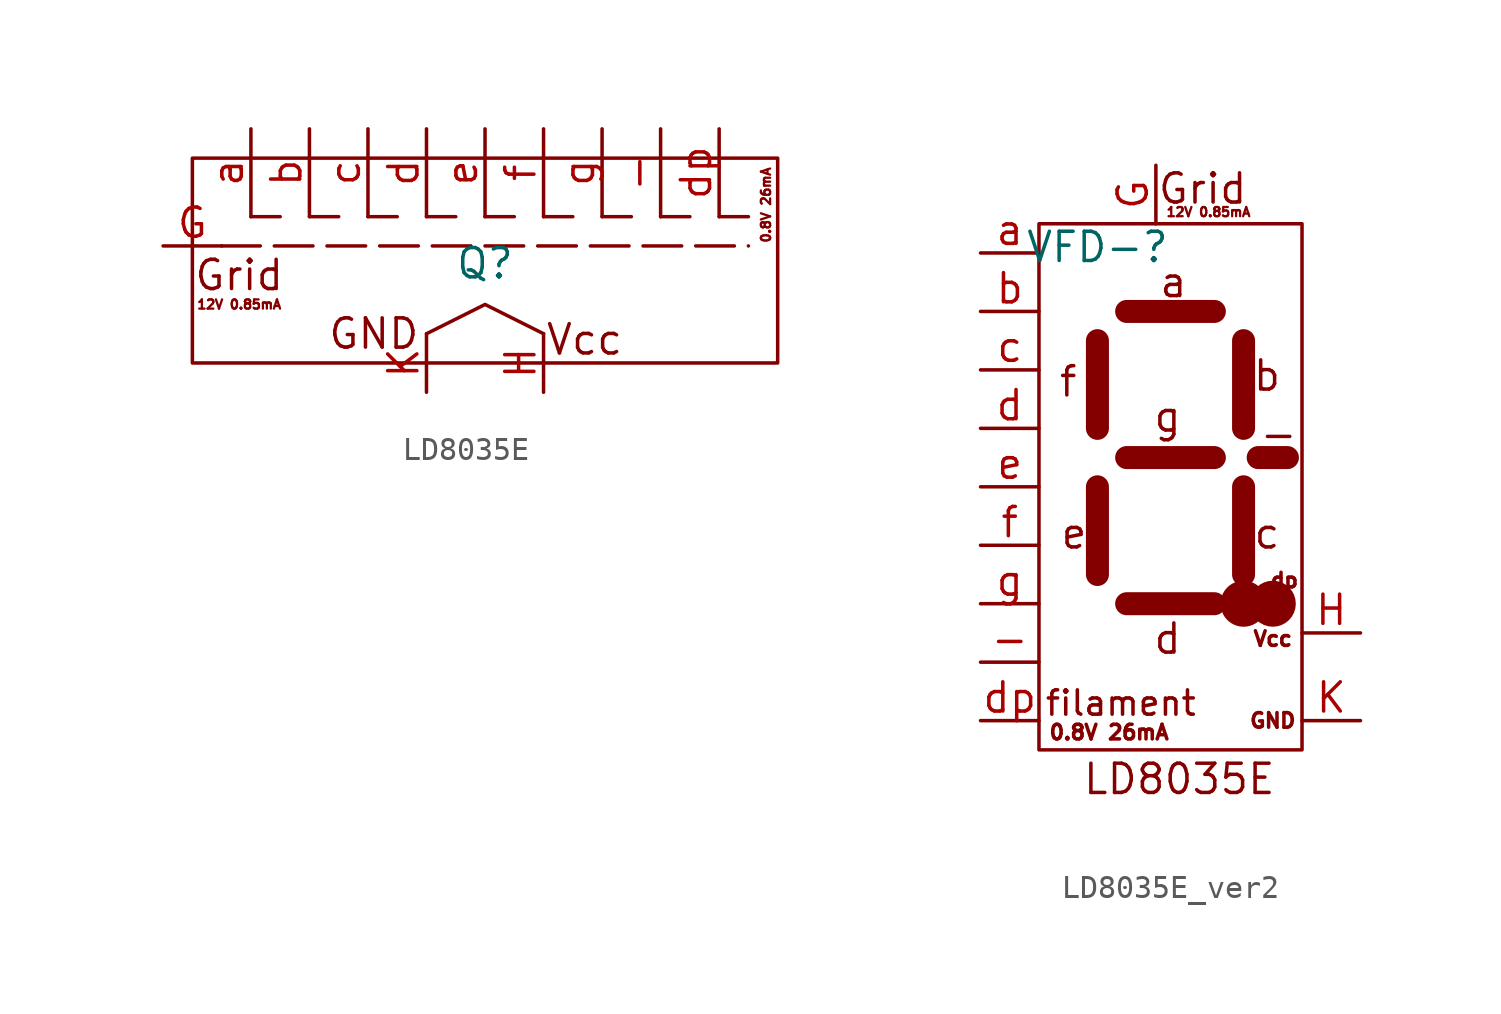
<source format=kicad_sym>
(kicad_symbol_lib
  (version 20241209)
  (generator "kicad_symbol_editor")
  (generator_version "9.0")
  (symbol "LD8035E"
    (property "Reference" "Q"
      (at 0 4.318 0)
      (do_not_autoplace)
      (effects (font (size 1.27 1.27))))
    (property "Value" ""
      (at 0 0 0)
      (effects (font (size 1.27 1.27))))
    (symbol "LD8035E_0_1"
      (rectangle (start -12.7 8.89) (end 12.7 0) (stroke (width 0) (type default)) (fill (type none)))
      (polyline (pts (xy -11.43 5.08) (xy 11.43 5.08)) (stroke (width 0) (type dash)) (fill (type none)))
      (polyline (pts (xy -10.16 6.35) (xy -8.89 6.35)) (stroke (width 0) (type solid)) (fill (type none)))
      (polyline (pts (xy -7.62 6.35) (xy -6.35 6.35)) (stroke (width 0) (type solid)) (fill (type none)))
      (polyline (pts (xy -5.08 6.35) (xy -3.81 6.35)) (stroke (width 0) (type solid)) (fill (type none)))
      (polyline (pts (xy -2.54 6.35) (xy -1.27 6.35)) (stroke (width 0) (type solid)) (fill (type none)))
      (polyline (pts (xy -2.54 1.27) (xy 0 2.54) (xy 2.54 1.27)) (stroke (width 0) (type default)) (fill (type none)))
      (polyline (pts (xy 0 6.35) (xy 1.27 6.35)) (stroke (width 0) (type solid)) (fill (type none)))
      (polyline (pts (xy 2.54 6.35) (xy 3.81 6.35)) (stroke (width 0) (type solid)) (fill (type none)))
      (polyline (pts (xy 5.08 6.35) (xy 6.35 6.35)) (stroke (width 0) (type solid)) (fill (type none)))
      (polyline (pts (xy 7.62 6.35) (xy 8.89 6.35)) (stroke (width 0) (type solid)) (fill (type none)))
      (polyline (pts (xy 10.16 6.35) (xy 11.43 6.35)) (stroke (width 0) (type solid)) (fill (type none))))
    (symbol "LD8035E_1_1"
      (text "Grid" (at -10.668 3.81 0) (effects (font (size 1.27 1.27))))
      (text "12V 0.85mA" (at -10.668 2.54 0) (effects (font (size 0.4 0.4))))
      (text "GND" (at -4.826 1.27 0) (effects (font (size 1.27 1.27))))
      (text "Vcc" (at 4.318 1.016 0) (effects (font (size 1.27 1.27))))
      (text "0.8V 26mA" (at 12.192 6.858 900) (effects (font (size 0.4 0.4))))
      (pin input line (at -13.97 5.08 0) (length 2.54) (name "" (effects (font (size 1.27 1.27)))) (number "G" (effects (font (size 1.27 1.27)))))
      (pin input line (at -10.16 10.16 270) (length 3.81) (name "" (effects (font (size 1.27 1.27)))) (number "a" (effects (font (size 1.27 1.27)))))
      (pin input line (at -7.62 10.16 270) (length 3.81) (name "" (effects (font (size 1.27 1.27)))) (number "b" (effects (font (size 1.27 1.27)))))
      (pin input line (at -5.08 10.16 270) (length 3.81) (name "" (effects (font (size 1.27 1.27)))) (number "c" (effects (font (size 1.27 1.27)))))
      (pin input line (at -2.54 10.16 270) (length 3.81) (name "" (effects (font (size 1.27 1.27)))) (number "d" (effects (font (size 1.27 1.27)))))
      (pin input line (at -2.54 -1.27 90) (length 2.54) (name "" (effects (font (size 1.27 1.27)))) (number "K" (effects (font (size 1.27 1.27)))))
      (pin input line (at 0 10.16 270) (length 3.81) (name "" (effects (font (size 1.27 1.27)))) (number "e" (effects (font (size 1.27 1.27)))))
      (pin input line (at 2.54 10.16 270) (length 3.81) (name "" (effects (font (size 1.27 1.27)))) (number "f" (effects (font (size 1.27 1.27)))))
      (pin input line (at 2.54 -1.27 90) (length 2.54) (name "" (effects (font (size 1.27 1.27)))) (number "H" (effects (font (size 1.27 1.27)))))
      (pin input line (at 5.08 10.16 270) (length 3.81) (name "" (effects (font (size 1.27 1.27)))) (number "g" (effects (font (size 1.27 1.27)))))
      (pin input line (at 7.62 10.16 270) (length 3.81) (name "" (effects (font (size 1.27 1.27)))) (number "-" (effects (font (size 1.27 1.27)))))
      (pin input line (at 10.16 10.16 270) (length 3.81) (name "" (effects (font (size 1.27 1.27)))) (number "dp" (effects (font (size 1.27 1.27)))))))
  (symbol "LD8035E_ver2"
    (property "Reference" "VFD-"
      (at -3.81 10.414 0)
      (do_not_autoplace)
      (effects (font (size 1.27 1.27))))
    (property "Value" ""
      (at 0 0 0)
      (effects (font (size 1.27 1.27))))
    (symbol "LD8035E_ver2_0_1"
      (rectangle (start -6.35 11.43) (end 5.08 -11.43) (stroke (width 0) (type default)) (fill (type none)))
      (polyline (pts (xy -2.54 1.27) (xy 1.27 1.27)) (stroke (width 1) (type default)) (fill (type none)))
      (polyline (pts (xy 1.27 -5.08) (xy -2.54 -5.08)) (stroke (width 1) (type default)) (fill (type none))))
    (symbol "LD8035E_ver2_1_1"
      (polyline (pts (xy -3.81 6.35) (xy -3.81 2.54)) (stroke (width 1) (type solid)) (fill (type none)))
      (polyline (pts (xy -3.81 -3.81) (xy -3.81 0)) (stroke (width 1) (type solid)) (fill (type none)))
      (polyline (pts (xy 1.27 7.62) (xy -2.54 7.62)) (stroke (width 1) (type solid)) (fill (type none)))
      (polyline (pts (xy 2.54 2.54) (xy 2.54 6.35)) (stroke (width 1) (type solid)) (fill (type none)))
      (polyline (pts (xy 2.54 0) (xy 2.54 -3.81)) (stroke (width 1) (type solid)) (fill (type none)))
      (polyline (pts (xy 2.54 -5.08) (xy 2.54 -5.08)) (stroke (width 2) (type solid)) (fill (type none)))
      (polyline (pts (xy 3.175 1.27) (xy 4.445 1.27)) (stroke (width 1) (type solid)) (fill (type none)))
      (circle (center 3.81 -5.08) (radius 0.0001) (stroke (width 1) (type solid)) (fill (type none)))
      (text "f" (at -5.08 4.572 0) (effects (font (size 1.27 1.27))))
      (text "e" (at -4.826 -2.032 0) (effects (font (size 1.27 1.27))))
      (text "0.8V 26mA" (at -3.302 -10.668 0) (effects (font (size 0.635 0.635))))
      (text "filament" (at -2.794 -9.398 0) (effects (font (size 1.058 1.058))))
      (text "g" (at -0.762 3.048 0) (effects (font (size 1.27 1.27))))
      (text "d" (at -0.762 -6.604 0) (effects (font (size 1.27 1.27))))
      (text "a" (at -0.508 8.89 0) (effects (font (size 1.27 1.27))))
      (text "LD8035E" (at -0.254 -12.7 0) (effects (font (size 1.27 1.27))))
      (text "Grid" (at 0.762 12.954 0) (effects (font (size 1.27 1.27))))
      (text "12V 0.85mA" (at 1.016 11.938 0) (effects (font (size 0.4 0.4))))
      (text "b" (at 3.556 4.826 0) (effects (font (size 1.27 1.27))))
      (text "c" (at 3.556 -2.032 0) (effects (font (size 1.27 1.27))))
      (text "Vcc" (at 3.81 -6.604 0) (effects (font (size 0.635 0.635))))
      (text "GND" (at 3.81 -10.16 0) (effects (font (size 0.635 0.635))))
      (text "-" (at 4.064 2.286 0) (effects (font (size 1.27 1.27))))
      (text "dp" (at 4.318 -4.064 0) (effects (font (size 0.635 0.635))))
      (pin input line (at -8.89 10.16 0) (length 2.54) (name "" (effects (font (size 1.27 1.27)))) (number "a" (effects (font (size 1.27 1.27)))))
      (pin input line (at -8.89 7.62 0) (length 2.54) (name "" (effects (font (size 1.27 1.27)))) (number "b" (effects (font (size 1.27 1.27)))))
      (pin input line (at -8.89 5.08 0) (length 2.54) (name "" (effects (font (size 1.27 1.27)))) (number "c" (effects (font (size 1.27 1.27)))))
      (pin input line (at -8.89 2.54 0) (length 2.54) (name "" (effects (font (size 1.27 1.27)))) (number "d" (effects (font (size 1.27 1.27)))))
      (pin input line (at -8.89 0 0) (length 2.54) (name "" (effects (font (size 1.27 1.27)))) (number "e" (effects (font (size 1.27 1.27)))))
      (pin input line (at -8.89 -2.54 0) (length 2.54) (name "" (effects (font (size 1.27 1.27)))) (number "f" (effects (font (size 1.27 1.27)))))
      (pin input line (at -8.89 -5.08 0) (length 2.54) (name "" (effects (font (size 1.27 1.27)))) (number "g" (effects (font (size 1.27 1.27)))))
      (pin input line (at -8.89 -7.62 0) (length 2.54) (name "" (effects (font (size 1.27 1.27)))) (number "-" (effects (font (size 1.27 1.27)))))
      (pin input line (at -8.89 -10.16 0) (length 2.54) (name "" (effects (font (size 1.27 1.27)))) (number "dp" (effects (font (size 1.27 1.27)))))
      (pin input line (at -1.27 13.97 270) (length 2.54) (name "" (effects (font (size 1.27 1.27)))) (number "G" (effects (font (size 1.27 1.27)))))
      (pin power_out line (at 7.62 -6.35 180) (length 2.54) (name "" (effects (font (size 1.27 1.27)))) (number "H" (effects (font (size 1.27 1.27)))))
      (pin power_in line (at 7.62 -10.16 180) (length 2.54) (name "" (effects (font (size 1.27 1.27)))) (number "K" (effects (font (size 1.27 1.27))))))))
</source>
